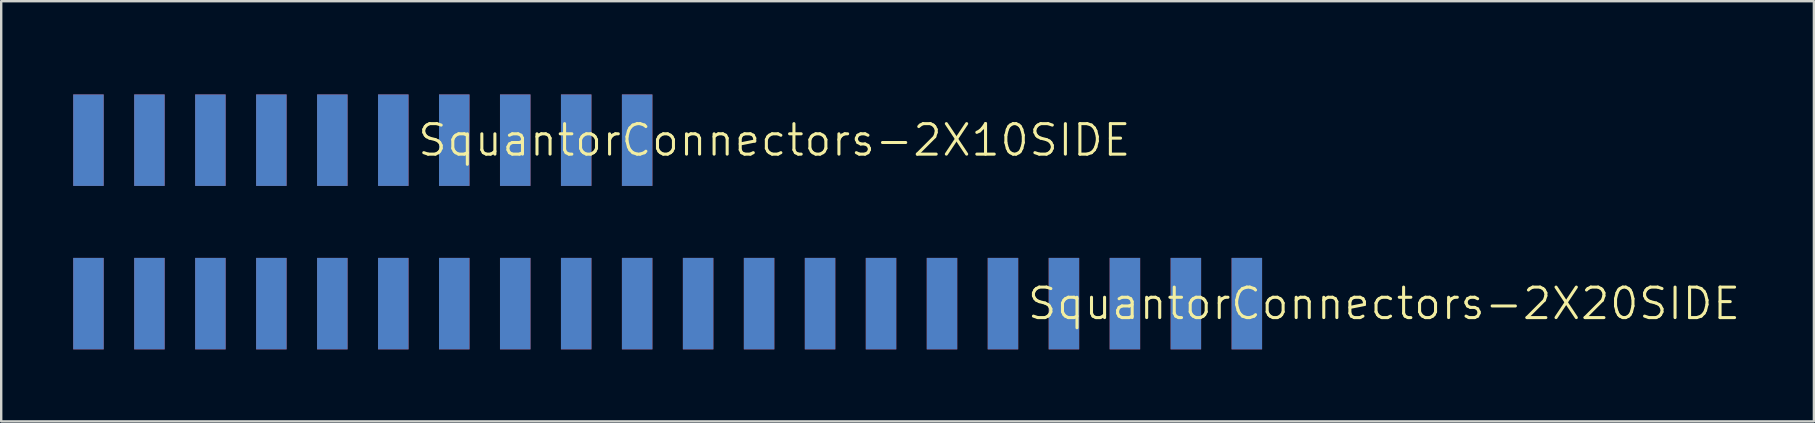
<source format=kicad_pcb>
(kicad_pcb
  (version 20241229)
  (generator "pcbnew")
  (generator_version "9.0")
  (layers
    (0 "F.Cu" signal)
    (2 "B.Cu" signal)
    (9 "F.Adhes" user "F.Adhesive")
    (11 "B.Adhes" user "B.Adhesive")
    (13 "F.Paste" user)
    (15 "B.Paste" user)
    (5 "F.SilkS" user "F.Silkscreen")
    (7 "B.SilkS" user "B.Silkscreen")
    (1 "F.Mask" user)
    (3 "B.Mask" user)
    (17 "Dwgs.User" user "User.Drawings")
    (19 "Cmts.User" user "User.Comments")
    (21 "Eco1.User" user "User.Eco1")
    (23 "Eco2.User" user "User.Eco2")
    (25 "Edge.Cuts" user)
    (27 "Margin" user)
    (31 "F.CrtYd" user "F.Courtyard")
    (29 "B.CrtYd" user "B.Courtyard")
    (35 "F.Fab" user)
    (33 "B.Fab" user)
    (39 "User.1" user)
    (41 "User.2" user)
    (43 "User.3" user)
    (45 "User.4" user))
  (footprint "SquantorConnectors-2X10SIDE"
    (layer "F.Cu")
    (at 12.065 0.25)
    (property "Reference" "SquantorConnectors-2X10SIDE" (at 17.145 2.54 0) (layer "F.SilkS") (effects (font (size 1.27 1.27) (thickness 0.127))))
    (attr smd)
    (pad "1" smd rect (at -11.43 2.54 90) (size 3.81 1.27) (layers "F.Cu" "F.Mask" "F.Paste"))
    (pad "2" smd rect (at -11.43 2.54 90) (size 3.81 1.27) (layers "B.Cu" "B.Mask"))
    (pad "3" smd rect (at -8.89 2.54 90) (size 3.81 1.27) (layers "F.Cu" "F.Mask" "F.Paste"))
    (pad "4" smd rect (at -8.89 2.54 90) (size 3.81 1.27) (layers "B.Cu" "B.Mask"))
    (pad "5" smd rect (at -6.35 2.54 90) (size 3.81 1.27) (layers "F.Cu" "F.Mask" "F.Paste"))
    (pad "6" smd rect (at -6.35 2.54 90) (size 3.81 1.27) (layers "B.Cu" "B.Mask"))
    (pad "7" smd rect (at -3.81 2.54 90) (size 3.81 1.27) (layers "F.Cu" "F.Mask" "F.Paste"))
    (pad "8" smd rect (at -3.81 2.54 90) (size 3.81 1.27) (layers "B.Cu" "B.Mask"))
    (pad "9" smd rect (at -1.27 2.54 90) (size 3.81 1.27) (layers "F.Cu" "F.Mask" "F.Paste"))
    (pad "10" smd rect (at -1.27 2.54 90) (size 3.81 1.27) (layers "B.Cu" "B.Mask"))
    (pad "11" smd rect (at 1.27 2.54 90) (size 3.81 1.27) (layers "F.Cu" "F.Mask" "F.Paste"))
    (pad "12" smd rect (at 1.27 2.54 90) (size 3.81 1.27) (layers "B.Cu" "B.Mask"))
    (pad "13" smd rect (at 3.81 2.54 90) (size 3.81 1.27) (layers "F.Cu" "F.Mask" "F.Paste"))
    (pad "14" smd rect (at 3.81 2.54 90) (size 3.81 1.27) (layers "B.Cu" "B.Mask"))
    (pad "15" smd rect (at 6.35 2.54 90) (size 3.81 1.27) (layers "F.Cu" "F.Mask" "F.Paste"))
    (pad "16" smd rect (at 6.35 2.54 90) (size 3.81 1.27) (layers "B.Cu" "B.Mask"))
    (pad "17" smd rect (at 8.89 2.54 90) (size 3.81 1.27) (layers "F.Cu" "F.Mask" "F.Paste"))
    (pad "18" smd rect (at 8.89 2.54 90) (size 3.81 1.27) (layers "B.Cu" "B.Mask"))
    (pad "19" smd rect (at 11.43 2.54 90) (size 3.81 1.27) (layers "F.Cu" "F.Mask" "F.Paste"))
    (pad "20" smd rect (at 11.43 2.54 90) (size 3.81 1.27) (layers "B.Cu" "B.Mask")))
  (footprint "SquantorConnectors-2X20SIDE"
    (layer "F.Cu")
    (at 24.765 9.6)
    (property "Reference" "SquantorConnectors-2X20SIDE" (at 29.845 0 0) (layer "F.SilkS") (effects (font (size 1.27 1.27) (thickness 0.127))))
    (attr smd)
    (pad "1" smd rect (at -24.13 0 90) (size 3.81 1.27) (layers "F.Cu" "F.Mask" "F.Paste"))
    (pad "2" smd rect (at -24.13 0 90) (size 3.81 1.27) (layers "B.Cu" "B.Mask"))
    (pad "3" smd rect (at -21.59 0 90) (size 3.81 1.27) (layers "F.Cu" "F.Mask" "F.Paste"))
    (pad "4" smd rect (at -21.59 0 90) (size 3.81 1.27) (layers "B.Cu" "B.Mask"))
    (pad "5" smd rect (at -19.05 0 90) (size 3.81 1.27) (layers "F.Cu" "F.Mask" "F.Paste"))
    (pad "6" smd rect (at -19.05 0 90) (size 3.81 1.27) (layers "B.Cu" "B.Mask"))
    (pad "7" smd rect (at -16.51 0 90) (size 3.81 1.27) (layers "F.Cu" "F.Mask" "F.Paste"))
    (pad "8" smd rect (at -16.51 0 90) (size 3.81 1.27) (layers "B.Cu" "B.Mask"))
    (pad "9" smd rect (at -13.97 0 90) (size 3.81 1.27) (layers "F.Cu" "F.Mask" "F.Paste"))
    (pad "10" smd rect (at -13.97 0 90) (size 3.81 1.27) (layers "B.Cu" "B.Mask"))
    (pad "11" smd rect (at -11.43 0 90) (size 3.81 1.27) (layers "F.Cu" "F.Mask" "F.Paste"))
    (pad "12" smd rect (at -11.43 0 90) (size 3.81 1.27) (layers "B.Cu" "B.Mask"))
    (pad "13" smd rect (at -8.89 0 90) (size 3.81 1.27) (layers "F.Cu" "F.Mask" "F.Paste"))
    (pad "14" smd rect (at -8.89 0 90) (size 3.81 1.27) (layers "B.Cu" "B.Mask"))
    (pad "15" smd rect (at -6.35 0 90) (size 3.81 1.27) (layers "F.Cu" "F.Mask" "F.Paste"))
    (pad "16" smd rect (at -6.35 0 90) (size 3.81 1.27) (layers "B.Cu" "B.Mask"))
    (pad "17" smd rect (at -3.81 0 90) (size 3.81 1.27) (layers "F.Cu" "F.Mask" "F.Paste"))
    (pad "18" smd rect (at -3.81 0 90) (size 3.81 1.27) (layers "B.Cu" "B.Mask"))
    (pad "19" smd rect (at -1.27 0 90) (size 3.81 1.27) (layers "F.Cu" "F.Mask" "F.Paste"))
    (pad "20" smd rect (at -1.27 0 90) (size 3.81 1.27) (layers "B.Cu" "B.Mask"))
    (pad "21" smd rect (at 1.27 0 90) (size 3.81 1.27) (layers "F.Cu" "F.Mask" "F.Paste"))
    (pad "22" smd rect (at 1.27 0 90) (size 3.81 1.27) (layers "B.Cu" "B.Mask"))
    (pad "23" smd rect (at 3.81 0 90) (size 3.81 1.27) (layers "F.Cu" "F.Mask" "F.Paste"))
    (pad "24" smd rect (at 3.81 0 90) (size 3.81 1.27) (layers "B.Cu" "B.Mask"))
    (pad "25" smd rect (at 6.35 0 90) (size 3.81 1.27) (layers "F.Cu" "F.Mask" "F.Paste"))
    (pad "26" smd rect (at 6.35 0 90) (size 3.81 1.27) (layers "B.Cu" "B.Mask"))
    (pad "27" smd rect (at 8.89 0 90) (size 3.81 1.27) (layers "F.Cu" "F.Mask" "F.Paste"))
    (pad "28" smd rect (at 8.89 0 90) (size 3.81 1.27) (layers "B.Cu" "B.Mask"))
    (pad "29" smd rect (at 11.43 0 90) (size 3.81 1.27) (layers "F.Cu" "F.Mask" "F.Paste"))
    (pad "30" smd rect (at 11.43 0 90) (size 3.81 1.27) (layers "B.Cu" "B.Mask"))
    (pad "31" smd rect (at 13.97 0 90) (size 3.81 1.27) (layers "F.Cu" "F.Mask" "F.Paste"))
    (pad "32" smd rect (at 13.97 0 90) (size 3.81 1.27) (layers "B.Cu" "B.Mask"))
    (pad "33" smd rect (at 16.51 0 90) (size 3.81 1.27) (layers "F.Cu" "F.Mask" "F.Paste"))
    (pad "34" smd rect (at 16.51 0 90) (size 3.81 1.27) (layers "B.Cu" "B.Mask"))
    (pad "35" smd rect (at 19.05 0 90) (size 3.81 1.27) (layers "F.Cu" "F.Mask" "F.Paste"))
    (pad "36" smd rect (at 19.05 0 90) (size 3.81 1.27) (layers "B.Cu" "B.Mask"))
    (pad "37" smd rect (at 21.59 0 90) (size 3.81 1.27) (layers "F.Cu" "F.Mask" "F.Paste"))
    (pad "38" smd rect (at 21.59 0 90) (size 3.81 1.27) (layers "B.Cu" "B.Mask"))
    (pad "39" smd rect (at 24.13 0 90) (size 3.81 1.27) (layers "F.Cu" "F.Mask" "F.Paste"))
    (pad "40" smd rect (at 24.13 0 90) (size 3.81 1.27) (layers "B.Cu" "B.Mask")))
  (gr_rect
    (start -3 -3)
    (end 72.52 14.505)
    (stroke (width 0.1) (type default))
    (fill no)
    (layer "Edge.Cuts")))
</source>
